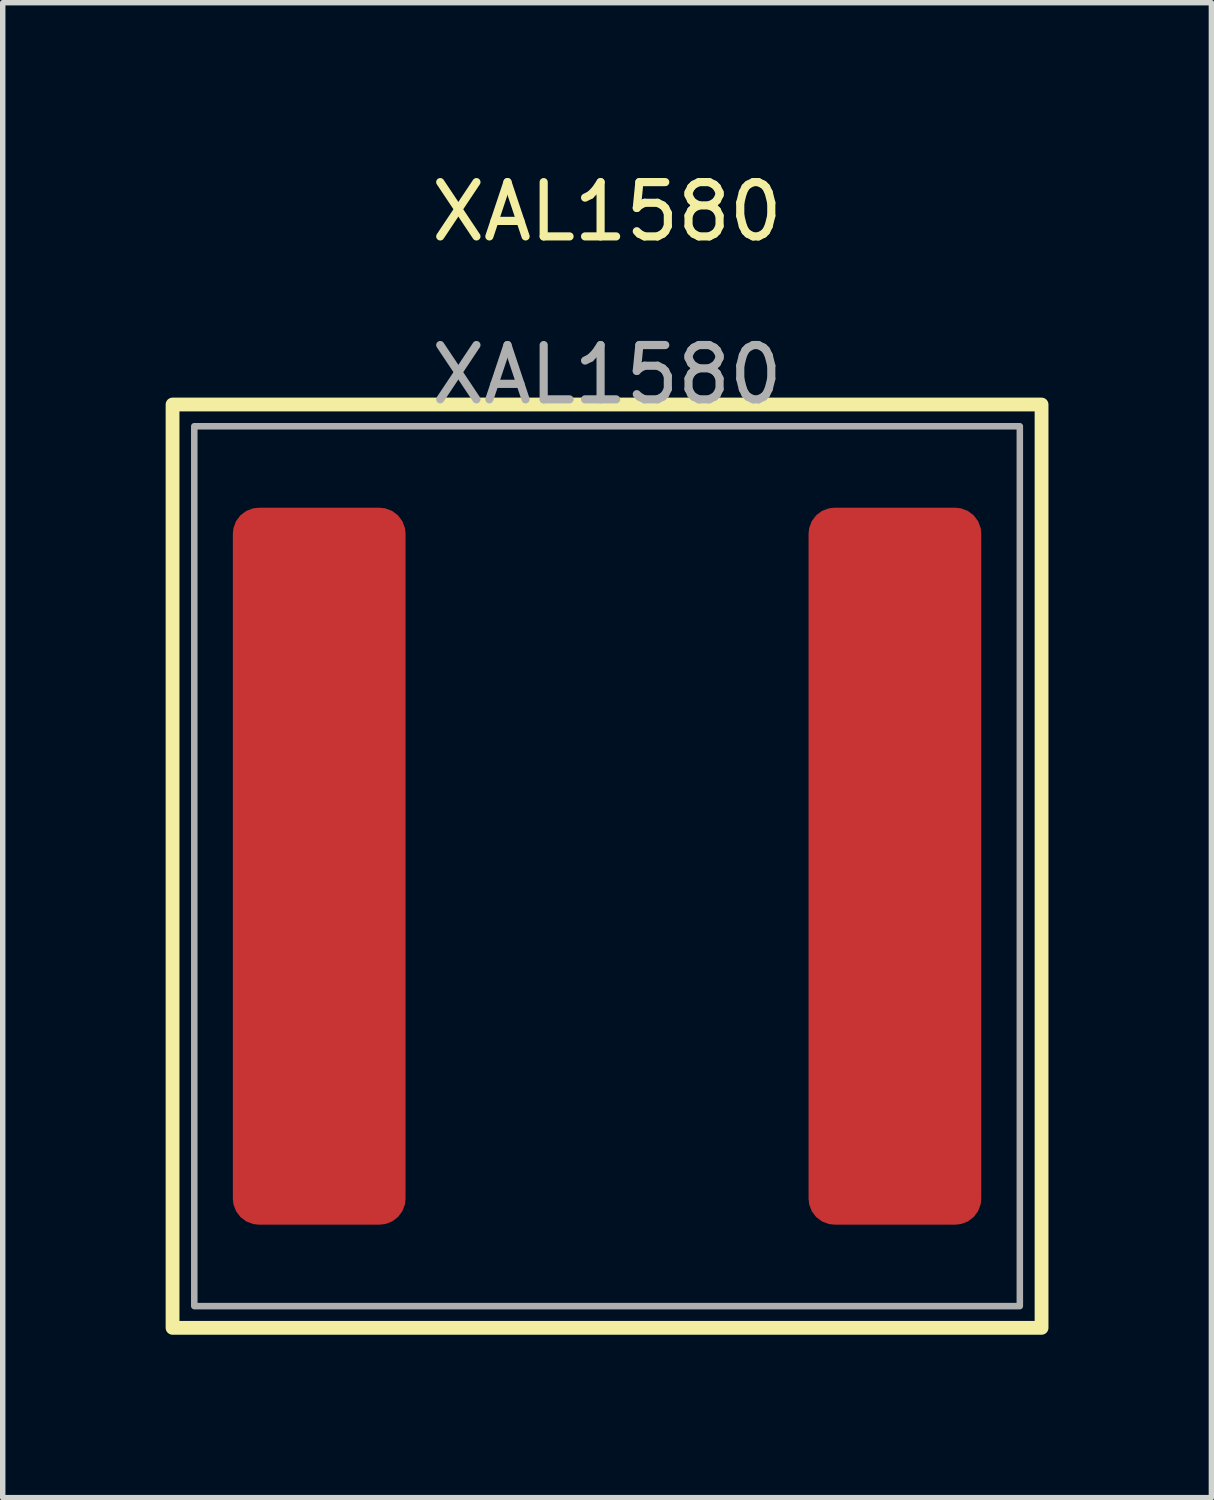
<source format=kicad_pcb>
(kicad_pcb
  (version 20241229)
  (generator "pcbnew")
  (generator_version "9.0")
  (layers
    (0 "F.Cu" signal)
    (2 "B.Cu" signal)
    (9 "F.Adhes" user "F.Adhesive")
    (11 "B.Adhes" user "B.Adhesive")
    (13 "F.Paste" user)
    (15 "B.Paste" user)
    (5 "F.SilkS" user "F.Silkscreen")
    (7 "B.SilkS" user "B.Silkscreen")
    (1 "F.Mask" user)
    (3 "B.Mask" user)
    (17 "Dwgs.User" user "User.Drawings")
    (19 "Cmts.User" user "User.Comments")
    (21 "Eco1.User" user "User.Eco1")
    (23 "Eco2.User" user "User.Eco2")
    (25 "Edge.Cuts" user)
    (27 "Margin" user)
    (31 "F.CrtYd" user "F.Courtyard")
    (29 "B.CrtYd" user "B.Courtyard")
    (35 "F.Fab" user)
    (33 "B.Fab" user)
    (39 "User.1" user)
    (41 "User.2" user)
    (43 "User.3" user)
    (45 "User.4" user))
  (footprint "XAL1580"
    (layer "F.Cu")
    (at 8.127 12.898)
    (property "Reference" "XAL1580" (at 0 -12.05 0) (unlocked yes) (layer "F.SilkS") (effects (font (size 1 1) (thickness 0.15))))
    (attr smd)
    (fp_rect (start -8 8.5) (end 8 -8.5) (stroke (width 0.254) (type solid)) (fill no) (layer "F.SilkS"))
    (fp_rect (start -7.6 8.1) (end 7.6 -8.1) (stroke (width 0.12) (type solid)) (fill no) (layer "F.Fab"))
    (fp_text user "${REFERENCE}" (at 0 -9.05 0) (unlocked yes) (layer "F.Fab") (effects (font (size 1 1) (thickness 0.15))))
    (pad "1" smd roundrect (at -5.3 0) (size 3.18 13.2) (layers "F.Cu" "F.Mask" "F.Paste") (roundrect_rratio 0.15))
    (pad "2" smd roundrect (at 5.3 0) (size 3.18 13.2) (layers "F.Cu" "F.Mask" "F.Paste") (roundrect_rratio 0.15)))
  (gr_rect
    (start -3 -3)
    (end 19.254 24.525)
    (stroke (width 0.1) (type default))
    (fill no)
    (layer "Edge.Cuts")))
</source>
